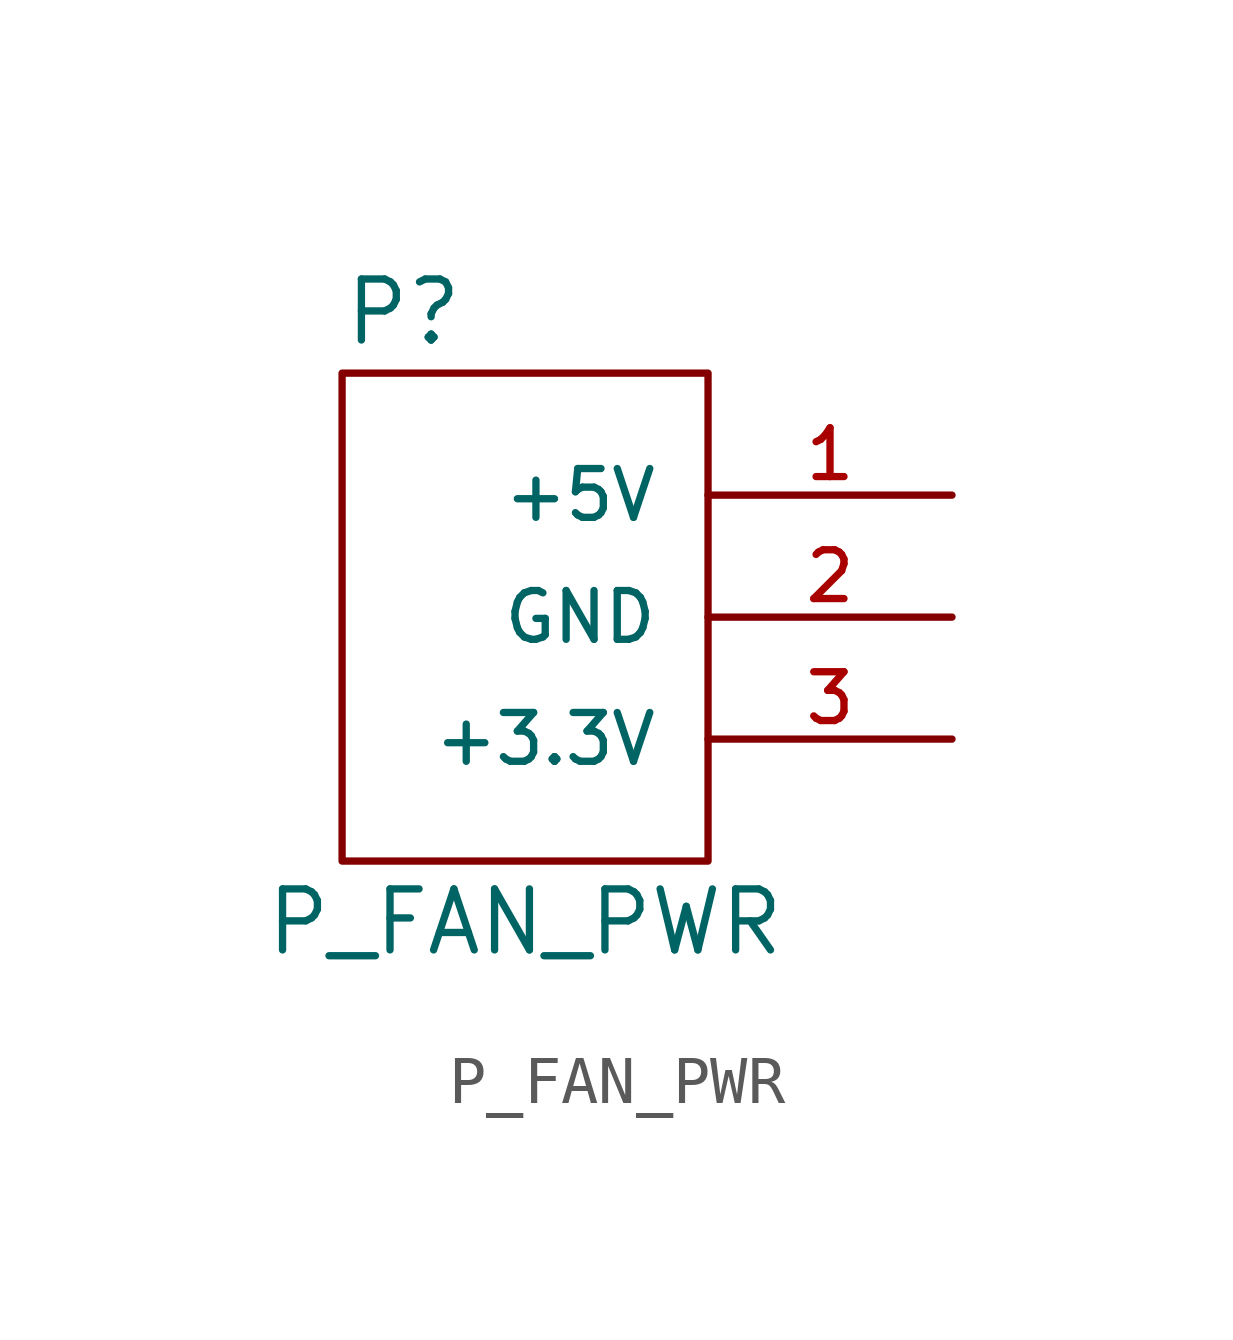
<source format=kicad_sym>
(kicad_symbol_lib
  (version 20231120)
  (generator "kicad_symbol_editor")
  (generator_version "8.0")
  (symbol "P_FAN_PWR"
    (pin_names
      (offset 1.016))
    (property "Reference" "P"
      (at -3.81 6.35 0)
      (effects (font (size 1.27 1.27)) (justify left)))
    (property "Value" "P_FAN_PWR"
      (at 0 -6.35 0)
      (effects (font (size 1.27 1.27))))
    (symbol "P_FAN_PWR_1_1"
      (rectangle (start -3.81 5.08) (end 3.81 -5.08) (stroke (width 0) (type default)) (fill (type none)))
      (pin passive line (at 8.89 2.54 180) (length 5.08) (name "+5V" (effects (font (size 1.016 1.016)))) (number "1" (effects (font (size 1.016 1.016)))))
      (pin passive line (at 8.89 0 180) (length 5.08) (name "GND" (effects (font (size 1.016 1.016)))) (number "2" (effects (font (size 1.016 1.016)))))
      (pin passive line (at 8.89 -2.54 180) (length 5.08) (name "+3.3V" (effects (font (size 1.016 1.016)))) (number "3" (effects (font (size 1.016 1.016))))))))
</source>
